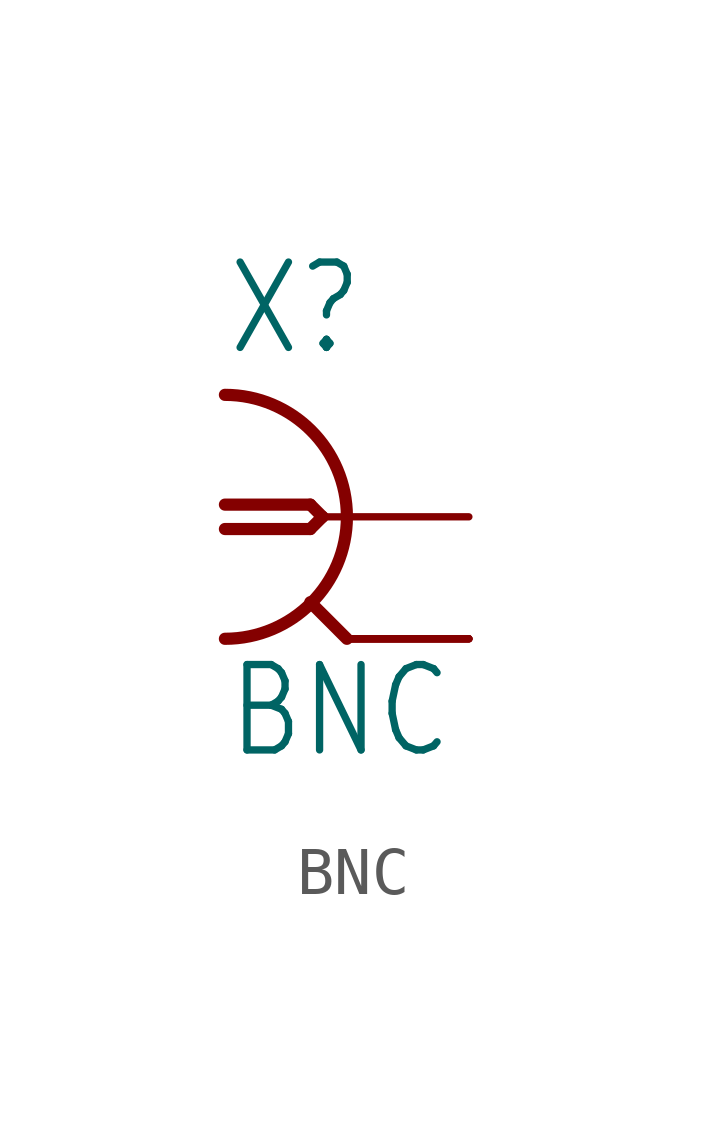
<source format=kicad_sym>
(kicad_symbol_lib
  (version 20211014)
  (generator kicad_symbol_editor)
  (symbol "BNC"
    (property "Reference" "X"
      (at -2.54 3.302 0)
      (effects (font (size 1.778 1.511)) (justify left bottom)))
    (property "Value" "BNC"
      (at -2.54 -5.08 0)
      (effects (font (size 1.778 1.511)) (justify left bottom)))
    (property "ki_locked" ""
      (at 0 0 0)
      (effects (font (size 1.27 1.27))))
    (symbol "BNC_1_0"
      (arc (start -2.54 -2.54) (mid 0 0) (end -2.54 2.54) (stroke (width 0.254) (type default) (color 0 0 0 0)) (fill (type none)))
      (polyline (pts (xy -2.54 0.254) (xy -0.762 0.254)) (stroke (width 0.254) (type default) (color 0 0 0 0)) (fill (type none)))
      (polyline (pts (xy -0.762 -0.254) (xy -2.54 -0.254)) (stroke (width 0.254) (type default) (color 0 0 0 0)) (fill (type none)))
      (polyline (pts (xy -0.762 0.254) (xy -0.508 0)) (stroke (width 0.254) (type default) (color 0 0 0 0)) (fill (type none)))
      (polyline (pts (xy -0.508 0) (xy -0.762 -0.254)) (stroke (width 0.254) (type default) (color 0 0 0 0)) (fill (type none)))
      (polyline (pts (xy 0 -2.54) (xy -0.762 -1.778)) (stroke (width 0.254) (type default) (color 0 0 0 0)) (fill (type none)))
      (polyline (pts (xy 0 0) (xy -0.508 0)) (stroke (width 0.152) (type default) (color 0 0 0 0)) (fill (type none)))
      (pin passive line (at 2.54 0 180) (length 2.54) (name "1" (effects (font (size 0 0)))) (number "1" (effects (font (size 0 0)))))
      (pin passive line (at 2.54 -2.54 180) (length 2.54) (name "2" (effects (font (size 0 0)))) (number "2" (effects (font (size 0 0)))))
      (pin passive line (at 2.54 -2.54 180) (length 2.54) (name "2" (effects (font (size 0 0)))) (number "3" (effects (font (size 0 0)))))
      (pin passive line (at 2.54 -2.54 180) (length 2.54) (name "2" (effects (font (size 0 0)))) (number "4" (effects (font (size 0 0)))))
      (pin passive line (at 2.54 -2.54 180) (length 2.54) (name "2" (effects (font (size 0 0)))) (number "5" (effects (font (size 0 0))))))))
</source>
